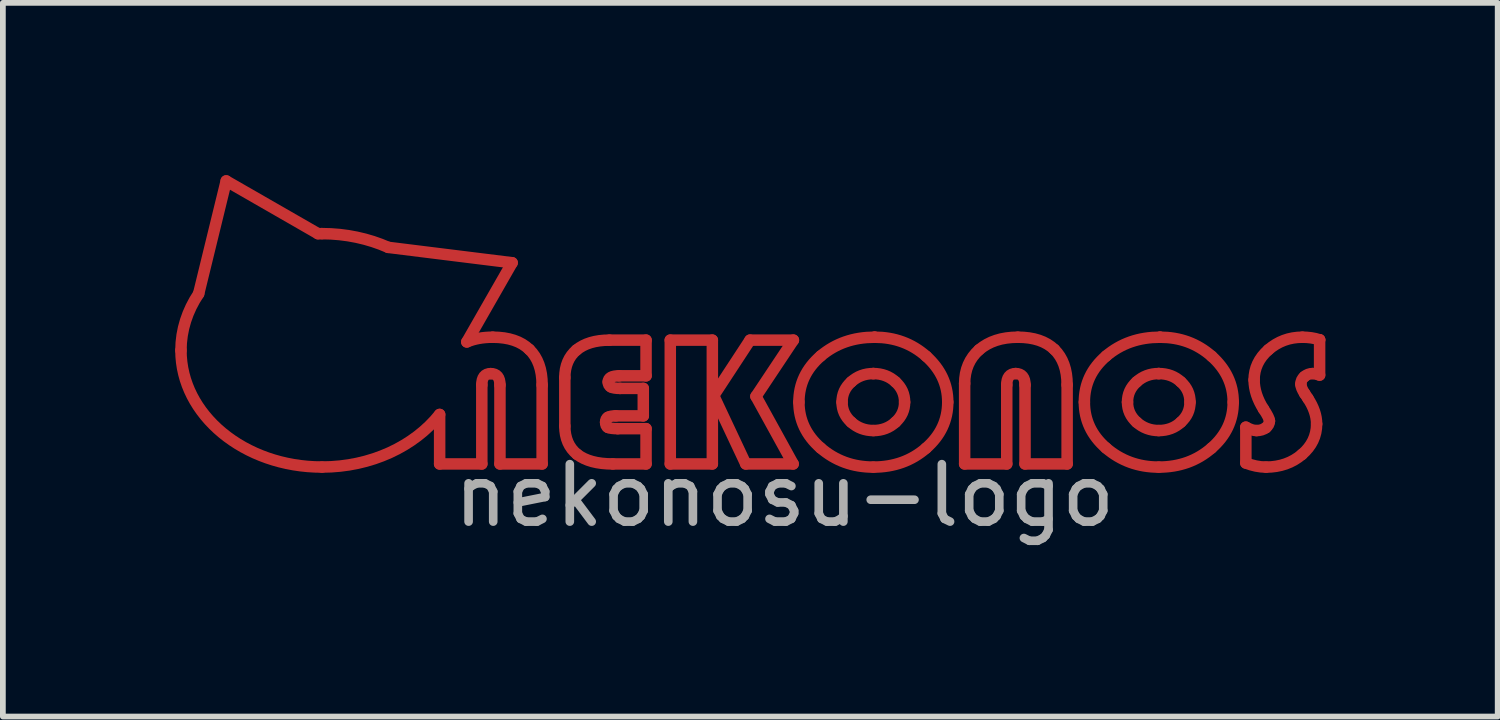
<source format=kicad_pcb>
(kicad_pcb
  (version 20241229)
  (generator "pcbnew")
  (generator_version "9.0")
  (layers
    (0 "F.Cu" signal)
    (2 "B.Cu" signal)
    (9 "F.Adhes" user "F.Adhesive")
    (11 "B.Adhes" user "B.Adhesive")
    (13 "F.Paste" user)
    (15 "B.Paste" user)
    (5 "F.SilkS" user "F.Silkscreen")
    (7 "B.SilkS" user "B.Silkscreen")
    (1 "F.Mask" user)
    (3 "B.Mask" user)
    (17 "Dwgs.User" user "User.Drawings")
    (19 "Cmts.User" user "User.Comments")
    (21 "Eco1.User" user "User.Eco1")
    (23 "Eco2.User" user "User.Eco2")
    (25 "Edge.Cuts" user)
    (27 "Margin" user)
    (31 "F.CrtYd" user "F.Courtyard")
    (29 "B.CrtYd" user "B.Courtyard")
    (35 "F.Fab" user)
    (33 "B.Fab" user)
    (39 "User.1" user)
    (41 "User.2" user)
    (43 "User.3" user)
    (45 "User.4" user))
  (footprint "nekonosu-logo"
    (layer "F.Cu")
    (at 10.607 4.305)
    (property "Reference" "nekonosu-logo" (at 0 1.27 0) (layer "F.Fab") (effects (font (size 1 1) (thickness 0.15))))
    (attr through_hole)
    (fp_line (start -10.199 -2.241) (end -9.719 -4.205) (stroke (width 0.2) (type solid)) (layer "F.Cu"))
    (fp_line (start -9.719 -4.205) (end -8.121 -3.287) (stroke (width 0.2) (type solid)) (layer "F.Cu"))
    (fp_line (start -6.899 -3.049) (end -4.742 -2.781) (stroke (width 0.2) (type solid)) (layer "F.Cu"))
    (fp_line (start -6.004 0.721) (end -6.004 -0.14) (stroke (width 0.2) (type solid)) (layer "F.Cu"))
    (fp_line (start -5.27 -0.654) (end -5.27 0.721) (stroke (width 0.2) (type solid)) (layer "F.Cu"))
    (fp_line (start -5.27 0.721) (end -6.004 0.721) (stroke (width 0.2) (type solid)) (layer "F.Cu"))
    (fp_line (start -4.954 0.721) (end -4.954 -0.654) (stroke (width 0.2) (type solid)) (layer "F.Cu"))
    (fp_line (start -4.742 -2.781) (end -5.531 -1.403) (stroke (width 0.2) (type solid)) (layer "F.Cu"))
    (fp_line (start -4.22 -0.654) (end -4.22 0.721) (stroke (width 0.2) (type solid)) (layer "F.Cu"))
    (fp_line (start -4.22 0.721) (end -4.954 0.721) (stroke (width 0.2) (type solid)) (layer "F.Cu"))
    (fp_line (start -3.825 0.062) (end -3.825 -0.781) (stroke (width 0.2) (type solid)) (layer "F.Cu"))
    (fp_line (start -3.048 -1.434) (end -2.411 -1.434) (stroke (width 0.2) (type solid)) (layer "F.Cu"))
    (fp_line (start -2.904 0.107) (end -2.411 0.107) (stroke (width 0.2) (type solid)) (layer "F.Cu"))
    (fp_line (start -2.863 -0.594) (end -2.459 -0.594) (stroke (width 0.2) (type solid)) (layer "F.Cu"))
    (fp_line (start -2.459 -0.594) (end -2.459 -0.116) (stroke (width 0.2) (type solid)) (layer "F.Cu"))
    (fp_line (start -2.459 -0.116) (end -2.937 -0.116) (stroke (width 0.2) (type solid)) (layer "F.Cu"))
    (fp_line (start -2.411 -1.434) (end -2.411 -0.813) (stroke (width 0.2) (type solid)) (layer "F.Cu"))
    (fp_line (start -2.411 -0.813) (end -2.878 -0.813) (stroke (width 0.2) (type solid)) (layer "F.Cu"))
    (fp_line (start -2.411 0.107) (end -2.411 0.721) (stroke (width 0.2) (type solid)) (layer "F.Cu"))
    (fp_line (start -2.411 0.721) (end -2.989 0.721) (stroke (width 0.2) (type solid)) (layer "F.Cu"))
    (fp_line (start -1.989 -1.434) (end -1.257 -1.434) (stroke (width 0.2) (type solid)) (layer "F.Cu"))
    (fp_line (start -1.989 0.721) (end -1.989 -1.434) (stroke (width 0.2) (type solid)) (layer "F.Cu"))
    (fp_line (start -1.257 -1.434) (end -1.257 0.721) (stroke (width 0.2) (type solid)) (layer "F.Cu"))
    (fp_line (start -1.257 0.721) (end -1.989 0.721) (stroke (width 0.2) (type solid)) (layer "F.Cu"))
    (fp_line (start -1.234 -0.468) (end -0.601 -1.434) (stroke (width 0.2) (type solid)) (layer "F.Cu"))
    (fp_line (start -0.675 0.721) (end -1.234 -0.468) (stroke (width 0.2) (type solid)) (layer "F.Cu"))
    (fp_line (start -0.601 -1.434) (end 0.154 -1.434) (stroke (width 0.2) (type solid)) (layer "F.Cu"))
    (fp_line (start -0.498 -0.455) (end 0.15 0.721) (stroke (width 0.2) (type solid)) (layer "F.Cu"))
    (fp_line (start 0.15 0.721) (end -0.675 0.721) (stroke (width 0.2) (type solid)) (layer "F.Cu"))
    (fp_line (start 0.154 -1.434) (end -0.498 -0.455) (stroke (width 0.2) (type solid)) (layer "F.Cu"))
    (fp_line (start 1.546 -0.852) (end 1.546 -0.852) (stroke (width 0.2) (type solid)) (layer "F.Cu"))
    (fp_line (start 1.568 -1.485) (end 1.568 -1.485) (stroke (width 0.2) (type solid)) (layer "F.Cu"))
    (fp_line (start 3.135 0.721) (end 3.135 -0.678) (stroke (width 0.2) (type solid)) (layer "F.Cu"))
    (fp_line (start 3.868 -0.655) (end 3.868 0.721) (stroke (width 0.2) (type solid)) (layer "F.Cu"))
    (fp_line (start 3.868 0.721) (end 3.135 0.721) (stroke (width 0.2) (type solid)) (layer "F.Cu"))
    (fp_line (start 4.186 0.721) (end 4.186 -0.655) (stroke (width 0.2) (type solid)) (layer "F.Cu"))
    (fp_line (start 4.919 -0.655) (end 4.919 0.721) (stroke (width 0.2) (type solid)) (layer "F.Cu"))
    (fp_line (start 4.919 0.721) (end 4.186 0.721) (stroke (width 0.2) (type solid)) (layer "F.Cu"))
    (fp_line (start 6.514 -0.852) (end 6.514 -0.852) (stroke (width 0.2) (type solid)) (layer "F.Cu"))
    (fp_line (start 6.536 -1.485) (end 6.536 -1.485) (stroke (width 0.2) (type solid)) (layer "F.Cu"))
    (fp_line (start 8.03 0.705) (end 8.03 0.081) (stroke (width 0.2) (type solid)) (layer "F.Cu"))
    (fp_line (start 9.055 -0.503) (end 9.111 -0.419) (stroke (width 0.2) (type solid)) (layer "F.Cu"))
    (fp_line (start 9.314 -1.44) (end 9.314 -1.44) (stroke (width 0.2) (type solid)) (layer "F.Cu"))
    (fp_line (start 9.314 -1.44) (end 9.314 -0.826) (stroke (width 0.2) (type solid)) (layer "F.Cu"))
    (fp_curve (pts (xy -10.507 -1.256) (xy -10.507 -1.613) (xy -10.395 -1.949) (xy -10.199 -2.241)) (stroke (width 0.2) (type solid)) (layer "F.Cu"))
    (fp_curve (pts (xy -8.121 -3.287) (xy -8.099 -3.287) (xy -8.076 -3.288) (xy -8.053 -3.288)) (stroke (width 0.2) (type solid)) (layer "F.Cu"))
    (fp_curve (pts (xy -8.053 -3.288) (xy -7.636 -3.288) (xy -7.243 -3.201) (xy -6.899 -3.049)) (stroke (width 0.2) (type solid)) (layer "F.Cu"))
    (fp_curve (pts (xy -8.053 0.775) (xy -9.407 0.775) (xy -10.507 -0.135) (xy -10.507 -1.256)) (stroke (width 0.2) (type solid)) (layer "F.Cu"))
    (fp_curve (pts (xy -6.004 -0.14) (xy -6.443 0.411) (xy -7.197 0.775) (xy -8.053 0.775)) (stroke (width 0.2) (type solid)) (layer "F.Cu"))
    (fp_curve (pts (xy -5.531 -1.403) (xy -5.401 -1.458) (xy -5.251 -1.485) (xy -5.08 -1.485)) (stroke (width 0.2) (type solid)) (layer "F.Cu"))
    (fp_curve (pts (xy -5.115 -0.851) (xy -5.218 -0.851) (xy -5.27 -0.786) (xy -5.27 -0.654)) (stroke (width 0.2) (type solid)) (layer "F.Cu"))
    (fp_curve (pts (xy -5.08 -1.485) (xy -4.802 -1.485) (xy -4.589 -1.414) (xy -4.442 -1.271)) (stroke (width 0.2) (type solid)) (layer "F.Cu"))
    (fp_curve (pts (xy -4.954 -0.654) (xy -4.954 -0.786) (xy -5.008 -0.851) (xy -5.115 -0.851)) (stroke (width 0.2) (type solid)) (layer "F.Cu"))
    (fp_curve (pts (xy -4.442 -1.271) (xy -4.294 -1.128) (xy -4.22 -0.922) (xy -4.22 -0.654)) (stroke (width 0.2) (type solid)) (layer "F.Cu"))
    (fp_curve (pts (xy -3.825 -0.781) (xy -3.825 -0.988) (xy -3.755 -1.149) (xy -3.622 -1.262)) (stroke (width 0.2) (type solid)) (layer "F.Cu"))
    (fp_curve (pts (xy -3.622 -1.262) (xy -3.485 -1.375) (xy -3.296 -1.434) (xy -3.048 -1.434)) (stroke (width 0.2) (type solid)) (layer "F.Cu"))
    (fp_curve (pts (xy -3.611 0.553) (xy -3.751 0.44) (xy -3.825 0.275) (xy -3.825 0.062)) (stroke (width 0.2) (type solid)) (layer "F.Cu"))
    (fp_curve (pts (xy -3.115 -0.006) (xy -3.115 0.039) (xy -3.103 0.072) (xy -3.074 0.085)) (stroke (width 0.2) (type solid)) (layer "F.Cu"))
    (fp_curve (pts (xy -3.074 -0.09) (xy -3.103 -0.074) (xy -3.115 -0.045) (xy -3.115 -0.006)) (stroke (width 0.2) (type solid)) (layer "F.Cu"))
    (fp_curve (pts (xy -3.074 0.085) (xy -3.048 0.098) (xy -2.989 0.107) (xy -2.904 0.107)) (stroke (width 0.2) (type solid)) (layer "F.Cu"))
    (fp_curve (pts (xy -3.07 -0.707) (xy -3.07 -0.665) (xy -3.055 -0.636) (xy -3.022 -0.62)) (stroke (width 0.2) (type solid)) (layer "F.Cu"))
    (fp_curve (pts (xy -3.022 -0.62) (xy -2.992 -0.603) (xy -2.941 -0.594) (xy -2.863 -0.594)) (stroke (width 0.2) (type solid)) (layer "F.Cu"))
    (fp_curve (pts (xy -2.989 0.721) (xy -3.259 0.721) (xy -3.466 0.666) (xy -3.611 0.553)) (stroke (width 0.2) (type solid)) (layer "F.Cu"))
    (fp_curve (pts (xy -2.937 -0.116) (xy -3.003 -0.116) (xy -3.048 -0.106) (xy -3.074 -0.09)) (stroke (width 0.2) (type solid)) (layer "F.Cu"))
    (fp_curve (pts (xy -2.878 -0.813) (xy -3.007 -0.813) (xy -3.07 -0.778) (xy -3.07 -0.707)) (stroke (width 0.2) (type solid)) (layer "F.Cu"))
    (fp_curve (pts (xy 0.25 -0.355) (xy 0.25 -0.671) (xy 0.376 -0.939) (xy 0.631 -1.159)) (stroke (width 0.2) (type solid)) (layer "F.Cu"))
    (fp_curve (pts (xy 0.628 0.443) (xy 0.376 0.224) (xy 0.25 -0.045) (xy 0.25 -0.355)) (stroke (width 0.2) (type solid)) (layer "F.Cu"))
    (fp_curve (pts (xy 0.631 -1.159) (xy 0.887 -1.375) (xy 1.198 -1.485) (xy 1.568 -1.485)) (stroke (width 0.2) (type solid)) (layer "F.Cu"))
    (fp_curve (pts (xy 1.001 -0.355) (xy 1.001 -0.219) (xy 1.053 -0.103) (xy 1.161 -0.006)) (stroke (width 0.2) (type solid)) (layer "F.Cu"))
    (fp_curve (pts (xy 1.161 -0.707) (xy 1.053 -0.61) (xy 1.001 -0.494) (xy 1.001 -0.355)) (stroke (width 0.2) (type solid)) (layer "F.Cu"))
    (fp_curve (pts (xy 1.161 -0.006) (xy 1.268 0.091) (xy 1.398 0.14) (xy 1.546 0.14)) (stroke (width 0.2) (type solid)) (layer "F.Cu"))
    (fp_curve (pts (xy 1.546 -0.852) (xy 1.394 -0.852) (xy 1.268 -0.804) (xy 1.161 -0.707)) (stroke (width 0.2) (type solid)) (layer "F.Cu"))
    (fp_curve (pts (xy 1.546 0.14) (xy 1.697 0.14) (xy 1.827 0.091) (xy 1.931 -0.006)) (stroke (width 0.2) (type solid)) (layer "F.Cu"))
    (fp_curve (pts (xy 1.546 0.776) (xy 1.187 0.776) (xy 0.883 0.663) (xy 0.628 0.443)) (stroke (width 0.2) (type solid)) (layer "F.Cu"))
    (fp_curve (pts (xy 1.568 -1.485) (xy 1.916 -1.485) (xy 2.216 -1.375) (xy 2.467 -1.153)) (stroke (width 0.2) (type solid)) (layer "F.Cu"))
    (fp_curve (pts (xy 1.931 -0.707) (xy 1.827 -0.804) (xy 1.697 -0.852) (xy 1.546 -0.852)) (stroke (width 0.2) (type solid)) (layer "F.Cu"))
    (fp_curve (pts (xy 1.931 -0.006) (xy 2.038 -0.103) (xy 2.09 -0.219) (xy 2.09 -0.355)) (stroke (width 0.2) (type solid)) (layer "F.Cu"))
    (fp_curve (pts (xy 2.09 -0.355) (xy 2.09 -0.494) (xy 2.038 -0.61) (xy 1.931 -0.707)) (stroke (width 0.2) (type solid)) (layer "F.Cu"))
    (fp_curve (pts (xy 2.464 0.446) (xy 2.212 0.666) (xy 1.905 0.776) (xy 1.546 0.776)) (stroke (width 0.2) (type solid)) (layer "F.Cu"))
    (fp_curve (pts (xy 2.467 -1.153) (xy 2.715 -0.93) (xy 2.841 -0.665) (xy 2.841 -0.355)) (stroke (width 0.2) (type solid)) (layer "F.Cu"))
    (fp_curve (pts (xy 2.841 -0.355) (xy 2.841 -0.041) (xy 2.715 0.227) (xy 2.464 0.446)) (stroke (width 0.2) (type solid)) (layer "F.Cu"))
    (fp_curve (pts (xy 3.135 -0.678) (xy 3.135 -0.92) (xy 3.22 -1.117) (xy 3.387 -1.266)) (stroke (width 0.2) (type solid)) (layer "F.Cu"))
    (fp_curve (pts (xy 3.387 -1.266) (xy 3.557 -1.411) (xy 3.779 -1.485) (xy 4.061 -1.485)) (stroke (width 0.2) (type solid)) (layer "F.Cu"))
    (fp_curve (pts (xy 4.024 -0.852) (xy 3.92 -0.852) (xy 3.868 -0.784) (xy 3.868 -0.655)) (stroke (width 0.2) (type solid)) (layer "F.Cu"))
    (fp_curve (pts (xy 4.061 -1.485) (xy 4.338 -1.485) (xy 4.549 -1.414) (xy 4.697 -1.272)) (stroke (width 0.2) (type solid)) (layer "F.Cu"))
    (fp_curve (pts (xy 4.186 -0.655) (xy 4.186 -0.784) (xy 4.131 -0.852) (xy 4.024 -0.852)) (stroke (width 0.2) (type solid)) (layer "F.Cu"))
    (fp_curve (pts (xy 4.697 -1.272) (xy 4.845 -1.127) (xy 4.919 -0.923) (xy 4.919 -0.655)) (stroke (width 0.2) (type solid)) (layer "F.Cu"))
    (fp_curve (pts (xy 5.219 -0.355) (xy 5.219 -0.671) (xy 5.344 -0.939) (xy 5.6 -1.159)) (stroke (width 0.2) (type solid)) (layer "F.Cu"))
    (fp_curve (pts (xy 5.596 0.443) (xy 5.344 0.224) (xy 5.219 -0.045) (xy 5.219 -0.355)) (stroke (width 0.2) (type solid)) (layer "F.Cu"))
    (fp_curve (pts (xy 5.6 -1.159) (xy 5.855 -1.375) (xy 6.166 -1.485) (xy 6.536 -1.485)) (stroke (width 0.2) (type solid)) (layer "F.Cu"))
    (fp_curve (pts (xy 5.97 -0.355) (xy 5.97 -0.219) (xy 6.022 -0.103) (xy 6.129 -0.006)) (stroke (width 0.2) (type solid)) (layer "F.Cu"))
    (fp_curve (pts (xy 6.129 -0.707) (xy 6.022 -0.61) (xy 5.97 -0.494) (xy 5.97 -0.355)) (stroke (width 0.2) (type solid)) (layer "F.Cu"))
    (fp_curve (pts (xy 6.129 -0.006) (xy 6.237 0.091) (xy 6.366 0.14) (xy 6.514 0.14)) (stroke (width 0.2) (type solid)) (layer "F.Cu"))
    (fp_curve (pts (xy 6.514 -0.852) (xy 6.362 -0.852) (xy 6.237 -0.804) (xy 6.129 -0.707)) (stroke (width 0.2) (type solid)) (layer "F.Cu"))
    (fp_curve (pts (xy 6.514 0.14) (xy 6.666 0.14) (xy 6.796 0.091) (xy 6.899 -0.006)) (stroke (width 0.2) (type solid)) (layer "F.Cu"))
    (fp_curve (pts (xy 6.514 0.776) (xy 6.155 0.776) (xy 5.852 0.663) (xy 5.596 0.443)) (stroke (width 0.2) (type solid)) (layer "F.Cu"))
    (fp_curve (pts (xy 6.536 -1.485) (xy 6.884 -1.485) (xy 7.184 -1.375) (xy 7.436 -1.153)) (stroke (width 0.2) (type solid)) (layer "F.Cu"))
    (fp_curve (pts (xy 6.899 -0.707) (xy 6.796 -0.804) (xy 6.666 -0.852) (xy 6.514 -0.852)) (stroke (width 0.2) (type solid)) (layer "F.Cu"))
    (fp_curve (pts (xy 6.899 -0.006) (xy 7.007 -0.103) (xy 7.058 -0.219) (xy 7.058 -0.355)) (stroke (width 0.2) (type solid)) (layer "F.Cu"))
    (fp_curve (pts (xy 7.058 -0.355) (xy 7.058 -0.494) (xy 7.007 -0.61) (xy 6.899 -0.707)) (stroke (width 0.2) (type solid)) (layer "F.Cu"))
    (fp_curve (pts (xy 7.432 0.446) (xy 7.18 0.666) (xy 6.873 0.776) (xy 6.514 0.776)) (stroke (width 0.2) (type solid)) (layer "F.Cu"))
    (fp_curve (pts (xy 7.436 -1.153) (xy 7.684 -0.93) (xy 7.81 -0.665) (xy 7.81 -0.355)) (stroke (width 0.2) (type solid)) (layer "F.Cu"))
    (fp_curve (pts (xy 7.81 -0.355) (xy 7.81 -0.041) (xy 7.684 0.227) (xy 7.432 0.446)) (stroke (width 0.2) (type solid)) (layer "F.Cu"))
    (fp_curve (pts (xy 8.03 0.081) (xy 8.1 0.12) (xy 8.163 0.14) (xy 8.215 0.14)) (stroke (width 0.2) (type solid)) (layer "F.Cu"))
    (fp_curve (pts (xy 8.174 -0.742) (xy 8.174 -0.943) (xy 8.256 -1.12) (xy 8.422 -1.266)) (stroke (width 0.2) (type solid)) (layer "F.Cu"))
    (fp_curve (pts (xy 8.215 0.14) (xy 8.281 0.14) (xy 8.333 0.123) (xy 8.378 0.091)) (stroke (width 0.2) (type solid)) (layer "F.Cu"))
    (fp_curve (pts (xy 8.337 -0.235) (xy 8.23 -0.403) (xy 8.174 -0.574) (xy 8.174 -0.742)) (stroke (width 0.2) (type solid)) (layer "F.Cu"))
    (fp_curve (pts (xy 8.378 0.091) (xy 8.418 0.059) (xy 8.441 0.02) (xy 8.441 -0.028)) (stroke (width 0.2) (type solid)) (layer "F.Cu"))
    (fp_curve (pts (xy 8.381 0.776) (xy 8.263 0.776) (xy 8.145 0.75) (xy 8.03 0.705)) (stroke (width 0.2) (type solid)) (layer "F.Cu"))
    (fp_curve (pts (xy 8.422 -1.266) (xy 8.589 -1.411) (xy 8.785 -1.485) (xy 9.014 -1.485)) (stroke (width 0.2) (type solid)) (layer "F.Cu"))
    (fp_curve (pts (xy 8.441 -0.028) (xy 8.441 -0.061) (xy 8.407 -0.132) (xy 8.337 -0.235)) (stroke (width 0.2) (type solid)) (layer "F.Cu"))
    (fp_curve (pts (xy 8.988 -0.668) (xy 8.988 -0.626) (xy 9.011 -0.571) (xy 9.055 -0.503)) (stroke (width 0.2) (type solid)) (layer "F.Cu"))
    (fp_curve (pts (xy 9.007 0.556) (xy 8.837 0.702) (xy 8.626 0.776) (xy 8.381 0.776)) (stroke (width 0.2) (type solid)) (layer "F.Cu"))
    (fp_curve (pts (xy 9.014 -1.485) (xy 9.118 -1.485) (xy 9.218 -1.472) (xy 9.314 -1.44)) (stroke (width 0.2) (type solid)) (layer "F.Cu"))
    (fp_curve (pts (xy 9.048 -0.797) (xy 9.007 -0.762) (xy 8.988 -0.72) (xy 8.988 -0.668)) (stroke (width 0.2) (type solid)) (layer "F.Cu"))
    (fp_curve (pts (xy 9.111 -0.419) (xy 9.211 -0.267) (xy 9.262 -0.119) (xy 9.262 0.026)) (stroke (width 0.2) (type solid)) (layer "F.Cu"))
    (fp_curve (pts (xy 9.192 -0.852) (xy 9.137 -0.852) (xy 9.088 -0.833) (xy 9.048 -0.797)) (stroke (width 0.2) (type solid)) (layer "F.Cu"))
    (fp_curve (pts (xy 9.262 0.026) (xy 9.262 0.233) (xy 9.177 0.411) (xy 9.007 0.556)) (stroke (width 0.2) (type solid)) (layer "F.Cu"))
    (fp_curve (pts (xy 9.314 -0.826) (xy 9.262 -0.842) (xy 9.218 -0.852) (xy 9.192 -0.852)) (stroke (width 0.2) (type solid)) (layer "F.Cu"))
    (fp_line (start -10.199 -2.241) (end -9.719 -4.205) (stroke (width 0.2) (type solid)) (layer "F.Mask"))
    (fp_line (start -9.719 -4.205) (end -8.121 -3.287) (stroke (width 0.2) (type solid)) (layer "F.Mask"))
    (fp_line (start -6.899 -3.049) (end -4.742 -2.781) (stroke (width 0.2) (type solid)) (layer "F.Mask"))
    (fp_line (start -6.004 0.721) (end -6.004 -0.14) (stroke (width 0.2) (type solid)) (layer "F.Mask"))
    (fp_line (start -5.27 -0.654) (end -5.27 0.721) (stroke (width 0.2) (type solid)) (layer "F.Mask"))
    (fp_line (start -5.27 0.721) (end -6.004 0.721) (stroke (width 0.2) (type solid)) (layer "F.Mask"))
    (fp_line (start -4.954 0.721) (end -4.954 -0.654) (stroke (width 0.2) (type solid)) (layer "F.Mask"))
    (fp_line (start -4.742 -2.781) (end -5.531 -1.403) (stroke (width 0.2) (type solid)) (layer "F.Mask"))
    (fp_line (start -4.22 -0.654) (end -4.22 0.721) (stroke (width 0.2) (type solid)) (layer "F.Mask"))
    (fp_line (start -4.22 0.721) (end -4.954 0.721) (stroke (width 0.2) (type solid)) (layer "F.Mask"))
    (fp_line (start -3.825 0.062) (end -3.825 -0.781) (stroke (width 0.2) (type solid)) (layer "F.Mask"))
    (fp_line (start -3.048 -1.434) (end -2.411 -1.434) (stroke (width 0.2) (type solid)) (layer "F.Mask"))
    (fp_line (start -2.904 0.107) (end -2.411 0.107) (stroke (width 0.2) (type solid)) (layer "F.Mask"))
    (fp_line (start -2.863 -0.594) (end -2.459 -0.594) (stroke (width 0.2) (type solid)) (layer "F.Mask"))
    (fp_line (start -2.459 -0.594) (end -2.459 -0.116) (stroke (width 0.2) (type solid)) (layer "F.Mask"))
    (fp_line (start -2.459 -0.116) (end -2.937 -0.116) (stroke (width 0.2) (type solid)) (layer "F.Mask"))
    (fp_line (start -2.411 -1.434) (end -2.411 -0.813) (stroke (width 0.2) (type solid)) (layer "F.Mask"))
    (fp_line (start -2.411 -0.813) (end -2.878 -0.813) (stroke (width 0.2) (type solid)) (layer "F.Mask"))
    (fp_line (start -2.411 0.107) (end -2.411 0.721) (stroke (width 0.2) (type solid)) (layer "F.Mask"))
    (fp_line (start -2.411 0.721) (end -2.989 0.721) (stroke (width 0.2) (type solid)) (layer "F.Mask"))
    (fp_line (start -1.989 -1.434) (end -1.257 -1.434) (stroke (width 0.2) (type solid)) (layer "F.Mask"))
    (fp_line (start -1.989 0.721) (end -1.989 -1.434) (stroke (width 0.2) (type solid)) (layer "F.Mask"))
    (fp_line (start -1.257 -1.434) (end -1.257 0.721) (stroke (width 0.2) (type solid)) (layer "F.Mask"))
    (fp_line (start -1.257 0.721) (end -1.989 0.721) (stroke (width 0.2) (type solid)) (layer "F.Mask"))
    (fp_line (start -1.234 -0.468) (end -0.601 -1.434) (stroke (width 0.2) (type solid)) (layer "F.Mask"))
    (fp_line (start -0.675 0.721) (end -1.234 -0.468) (stroke (width 0.2) (type solid)) (layer "F.Mask"))
    (fp_line (start -0.601 -1.434) (end 0.154 -1.434) (stroke (width 0.2) (type solid)) (layer "F.Mask"))
    (fp_line (start -0.498 -0.455) (end 0.15 0.721) (stroke (width 0.2) (type solid)) (layer "F.Mask"))
    (fp_line (start 0.15 0.721) (end -0.675 0.721) (stroke (width 0.2) (type solid)) (layer "F.Mask"))
    (fp_line (start 0.154 -1.434) (end -0.498 -0.455) (stroke (width 0.2) (type solid)) (layer "F.Mask"))
    (fp_line (start 1.546 -0.852) (end 1.546 -0.852) (stroke (width 0.2) (type solid)) (layer "F.Mask"))
    (fp_line (start 1.568 -1.485) (end 1.568 -1.485) (stroke (width 0.2) (type solid)) (layer "F.Mask"))
    (fp_line (start 3.135 0.721) (end 3.135 -0.678) (stroke (width 0.2) (type solid)) (layer "F.Mask"))
    (fp_line (start 3.868 -0.655) (end 3.868 0.721) (stroke (width 0.2) (type solid)) (layer "F.Mask"))
    (fp_line (start 3.868 0.721) (end 3.135 0.721) (stroke (width 0.2) (type solid)) (layer "F.Mask"))
    (fp_line (start 4.186 0.721) (end 4.186 -0.655) (stroke (width 0.2) (type solid)) (layer "F.Mask"))
    (fp_line (start 4.919 -0.655) (end 4.919 0.721) (stroke (width 0.2) (type solid)) (layer "F.Mask"))
    (fp_line (start 4.919 0.721) (end 4.186 0.721) (stroke (width 0.2) (type solid)) (layer "F.Mask"))
    (fp_line (start 6.514 -0.852) (end 6.514 -0.852) (stroke (width 0.2) (type solid)) (layer "F.Mask"))
    (fp_line (start 6.536 -1.485) (end 6.536 -1.485) (stroke (width 0.2) (type solid)) (layer "F.Mask"))
    (fp_line (start 8.03 0.705) (end 8.03 0.081) (stroke (width 0.2) (type solid)) (layer "F.Mask"))
    (fp_line (start 9.055 -0.503) (end 9.111 -0.419) (stroke (width 0.2) (type solid)) (layer "F.Mask"))
    (fp_line (start 9.314 -1.44) (end 9.314 -1.44) (stroke (width 0.2) (type solid)) (layer "F.Mask"))
    (fp_line (start 9.314 -1.44) (end 9.314 -0.826) (stroke (width 0.2) (type solid)) (layer "F.Mask"))
    (fp_curve (pts (xy -10.507 -1.256) (xy -10.507 -1.613) (xy -10.395 -1.949) (xy -10.199 -2.241)) (stroke (width 0.2) (type solid)) (layer "F.Mask"))
    (fp_curve (pts (xy -8.121 -3.287) (xy -8.099 -3.287) (xy -8.076 -3.288) (xy -8.053 -3.288)) (stroke (width 0.2) (type solid)) (layer "F.Mask"))
    (fp_curve (pts (xy -8.053 -3.288) (xy -7.636 -3.288) (xy -7.243 -3.201) (xy -6.899 -3.049)) (stroke (width 0.2) (type solid)) (layer "F.Mask"))
    (fp_curve (pts (xy -8.053 0.775) (xy -9.407 0.775) (xy -10.507 -0.135) (xy -10.507 -1.256)) (stroke (width 0.2) (type solid)) (layer "F.Mask"))
    (fp_curve (pts (xy -6.004 -0.14) (xy -6.443 0.411) (xy -7.197 0.775) (xy -8.053 0.775)) (stroke (width 0.2) (type solid)) (layer "F.Mask"))
    (fp_curve (pts (xy -5.531 -1.403) (xy -5.401 -1.458) (xy -5.251 -1.485) (xy -5.08 -1.485)) (stroke (width 0.2) (type solid)) (layer "F.Mask"))
    (fp_curve (pts (xy -5.115 -0.851) (xy -5.218 -0.851) (xy -5.27 -0.786) (xy -5.27 -0.654)) (stroke (width 0.2) (type solid)) (layer "F.Mask"))
    (fp_curve (pts (xy -5.08 -1.485) (xy -4.802 -1.485) (xy -4.589 -1.414) (xy -4.442 -1.271)) (stroke (width 0.2) (type solid)) (layer "F.Mask"))
    (fp_curve (pts (xy -4.954 -0.654) (xy -4.954 -0.786) (xy -5.008 -0.851) (xy -5.115 -0.851)) (stroke (width 0.2) (type solid)) (layer "F.Mask"))
    (fp_curve (pts (xy -4.442 -1.271) (xy -4.294 -1.128) (xy -4.22 -0.922) (xy -4.22 -0.654)) (stroke (width 0.2) (type solid)) (layer "F.Mask"))
    (fp_curve (pts (xy -3.825 -0.781) (xy -3.825 -0.988) (xy -3.755 -1.149) (xy -3.622 -1.262)) (stroke (width 0.2) (type solid)) (layer "F.Mask"))
    (fp_curve (pts (xy -3.622 -1.262) (xy -3.485 -1.375) (xy -3.296 -1.434) (xy -3.048 -1.434)) (stroke (width 0.2) (type solid)) (layer "F.Mask"))
    (fp_curve (pts (xy -3.611 0.553) (xy -3.751 0.44) (xy -3.825 0.275) (xy -3.825 0.062)) (stroke (width 0.2) (type solid)) (layer "F.Mask"))
    (fp_curve (pts (xy -3.115 -0.006) (xy -3.115 0.039) (xy -3.103 0.072) (xy -3.074 0.085)) (stroke (width 0.2) (type solid)) (layer "F.Mask"))
    (fp_curve (pts (xy -3.074 -0.09) (xy -3.103 -0.074) (xy -3.115 -0.045) (xy -3.115 -0.006)) (stroke (width 0.2) (type solid)) (layer "F.Mask"))
    (fp_curve (pts (xy -3.074 0.085) (xy -3.048 0.098) (xy -2.989 0.107) (xy -2.904 0.107)) (stroke (width 0.2) (type solid)) (layer "F.Mask"))
    (fp_curve (pts (xy -3.07 -0.707) (xy -3.07 -0.665) (xy -3.055 -0.636) (xy -3.022 -0.62)) (stroke (width 0.2) (type solid)) (layer "F.Mask"))
    (fp_curve (pts (xy -3.022 -0.62) (xy -2.992 -0.603) (xy -2.941 -0.594) (xy -2.863 -0.594)) (stroke (width 0.2) (type solid)) (layer "F.Mask"))
    (fp_curve (pts (xy -2.989 0.721) (xy -3.259 0.721) (xy -3.466 0.666) (xy -3.611 0.553)) (stroke (width 0.2) (type solid)) (layer "F.Mask"))
    (fp_curve (pts (xy -2.937 -0.116) (xy -3.003 -0.116) (xy -3.048 -0.106) (xy -3.074 -0.09)) (stroke (width 0.2) (type solid)) (layer "F.Mask"))
    (fp_curve (pts (xy -2.878 -0.813) (xy -3.007 -0.813) (xy -3.07 -0.778) (xy -3.07 -0.707)) (stroke (width 0.2) (type solid)) (layer "F.Mask"))
    (fp_curve (pts (xy 0.25 -0.355) (xy 0.25 -0.671) (xy 0.376 -0.939) (xy 0.631 -1.159)) (stroke (width 0.2) (type solid)) (layer "F.Mask"))
    (fp_curve (pts (xy 0.628 0.443) (xy 0.376 0.224) (xy 0.25 -0.045) (xy 0.25 -0.355)) (stroke (width 0.2) (type solid)) (layer "F.Mask"))
    (fp_curve (pts (xy 0.631 -1.159) (xy 0.887 -1.375) (xy 1.198 -1.485) (xy 1.568 -1.485)) (stroke (width 0.2) (type solid)) (layer "F.Mask"))
    (fp_curve (pts (xy 1.001 -0.355) (xy 1.001 -0.219) (xy 1.053 -0.103) (xy 1.161 -0.006)) (stroke (width 0.2) (type solid)) (layer "F.Mask"))
    (fp_curve (pts (xy 1.161 -0.707) (xy 1.053 -0.61) (xy 1.001 -0.494) (xy 1.001 -0.355)) (stroke (width 0.2) (type solid)) (layer "F.Mask"))
    (fp_curve (pts (xy 1.161 -0.006) (xy 1.268 0.091) (xy 1.398 0.14) (xy 1.546 0.14)) (stroke (width 0.2) (type solid)) (layer "F.Mask"))
    (fp_curve (pts (xy 1.546 -0.852) (xy 1.394 -0.852) (xy 1.268 -0.804) (xy 1.161 -0.707)) (stroke (width 0.2) (type solid)) (layer "F.Mask"))
    (fp_curve (pts (xy 1.546 0.14) (xy 1.697 0.14) (xy 1.827 0.091) (xy 1.931 -0.006)) (stroke (width 0.2) (type solid)) (layer "F.Mask"))
    (fp_curve (pts (xy 1.546 0.776) (xy 1.187 0.776) (xy 0.883 0.663) (xy 0.628 0.443)) (stroke (width 0.2) (type solid)) (layer "F.Mask"))
    (fp_curve (pts (xy 1.568 -1.485) (xy 1.916 -1.485) (xy 2.216 -1.375) (xy 2.467 -1.153)) (stroke (width 0.2) (type solid)) (layer "F.Mask"))
    (fp_curve (pts (xy 1.931 -0.707) (xy 1.827 -0.804) (xy 1.697 -0.852) (xy 1.546 -0.852)) (stroke (width 0.2) (type solid)) (layer "F.Mask"))
    (fp_curve (pts (xy 1.931 -0.006) (xy 2.038 -0.103) (xy 2.09 -0.219) (xy 2.09 -0.355)) (stroke (width 0.2) (type solid)) (layer "F.Mask"))
    (fp_curve (pts (xy 2.09 -0.355) (xy 2.09 -0.494) (xy 2.038 -0.61) (xy 1.931 -0.707)) (stroke (width 0.2) (type solid)) (layer "F.Mask"))
    (fp_curve (pts (xy 2.464 0.446) (xy 2.212 0.666) (xy 1.905 0.776) (xy 1.546 0.776)) (stroke (width 0.2) (type solid)) (layer "F.Mask"))
    (fp_curve (pts (xy 2.467 -1.153) (xy 2.715 -0.93) (xy 2.841 -0.665) (xy 2.841 -0.355)) (stroke (width 0.2) (type solid)) (layer "F.Mask"))
    (fp_curve (pts (xy 2.841 -0.355) (xy 2.841 -0.041) (xy 2.715 0.227) (xy 2.464 0.446)) (stroke (width 0.2) (type solid)) (layer "F.Mask"))
    (fp_curve (pts (xy 3.135 -0.678) (xy 3.135 -0.92) (xy 3.22 -1.117) (xy 3.387 -1.266)) (stroke (width 0.2) (type solid)) (layer "F.Mask"))
    (fp_curve (pts (xy 3.387 -1.266) (xy 3.557 -1.411) (xy 3.779 -1.485) (xy 4.061 -1.485)) (stroke (width 0.2) (type solid)) (layer "F.Mask"))
    (fp_curve (pts (xy 4.024 -0.852) (xy 3.92 -0.852) (xy 3.868 -0.784) (xy 3.868 -0.655)) (stroke (width 0.2) (type solid)) (layer "F.Mask"))
    (fp_curve (pts (xy 4.061 -1.485) (xy 4.338 -1.485) (xy 4.549 -1.414) (xy 4.697 -1.272)) (stroke (width 0.2) (type solid)) (layer "F.Mask"))
    (fp_curve (pts (xy 4.186 -0.655) (xy 4.186 -0.784) (xy 4.131 -0.852) (xy 4.024 -0.852)) (stroke (width 0.2) (type solid)) (layer "F.Mask"))
    (fp_curve (pts (xy 4.697 -1.272) (xy 4.845 -1.127) (xy 4.919 -0.923) (xy 4.919 -0.655)) (stroke (width 0.2) (type solid)) (layer "F.Mask"))
    (fp_curve (pts (xy 5.219 -0.355) (xy 5.219 -0.671) (xy 5.344 -0.939) (xy 5.6 -1.159)) (stroke (width 0.2) (type solid)) (layer "F.Mask"))
    (fp_curve (pts (xy 5.596 0.443) (xy 5.344 0.224) (xy 5.219 -0.045) (xy 5.219 -0.355)) (stroke (width 0.2) (type solid)) (layer "F.Mask"))
    (fp_curve (pts (xy 5.6 -1.159) (xy 5.855 -1.375) (xy 6.166 -1.485) (xy 6.536 -1.485)) (stroke (width 0.2) (type solid)) (layer "F.Mask"))
    (fp_curve (pts (xy 5.97 -0.355) (xy 5.97 -0.219) (xy 6.022 -0.103) (xy 6.129 -0.006)) (stroke (width 0.2) (type solid)) (layer "F.Mask"))
    (fp_curve (pts (xy 6.129 -0.707) (xy 6.022 -0.61) (xy 5.97 -0.494) (xy 5.97 -0.355)) (stroke (width 0.2) (type solid)) (layer "F.Mask"))
    (fp_curve (pts (xy 6.129 -0.006) (xy 6.237 0.091) (xy 6.366 0.14) (xy 6.514 0.14)) (stroke (width 0.2) (type solid)) (layer "F.Mask"))
    (fp_curve (pts (xy 6.514 -0.852) (xy 6.362 -0.852) (xy 6.237 -0.804) (xy 6.129 -0.707)) (stroke (width 0.2) (type solid)) (layer "F.Mask"))
    (fp_curve (pts (xy 6.514 0.14) (xy 6.666 0.14) (xy 6.796 0.091) (xy 6.899 -0.006)) (stroke (width 0.2) (type solid)) (layer "F.Mask"))
    (fp_curve (pts (xy 6.514 0.776) (xy 6.155 0.776) (xy 5.852 0.663) (xy 5.596 0.443)) (stroke (width 0.2) (type solid)) (layer "F.Mask"))
    (fp_curve (pts (xy 6.536 -1.485) (xy 6.884 -1.485) (xy 7.184 -1.375) (xy 7.436 -1.153)) (stroke (width 0.2) (type solid)) (layer "F.Mask"))
    (fp_curve (pts (xy 6.899 -0.707) (xy 6.796 -0.804) (xy 6.666 -0.852) (xy 6.514 -0.852)) (stroke (width 0.2) (type solid)) (layer "F.Mask"))
    (fp_curve (pts (xy 6.899 -0.006) (xy 7.007 -0.103) (xy 7.058 -0.219) (xy 7.058 -0.355)) (stroke (width 0.2) (type solid)) (layer "F.Mask"))
    (fp_curve (pts (xy 7.058 -0.355) (xy 7.058 -0.494) (xy 7.007 -0.61) (xy 6.899 -0.707)) (stroke (width 0.2) (type solid)) (layer "F.Mask"))
    (fp_curve (pts (xy 7.432 0.446) (xy 7.18 0.666) (xy 6.873 0.776) (xy 6.514 0.776)) (stroke (width 0.2) (type solid)) (layer "F.Mask"))
    (fp_curve (pts (xy 7.436 -1.153) (xy 7.684 -0.93) (xy 7.81 -0.665) (xy 7.81 -0.355)) (stroke (width 0.2) (type solid)) (layer "F.Mask"))
    (fp_curve (pts (xy 7.81 -0.355) (xy 7.81 -0.041) (xy 7.684 0.227) (xy 7.432 0.446)) (stroke (width 0.2) (type solid)) (layer "F.Mask"))
    (fp_curve (pts (xy 8.03 0.081) (xy 8.1 0.12) (xy 8.163 0.14) (xy 8.215 0.14)) (stroke (width 0.2) (type solid)) (layer "F.Mask"))
    (fp_curve (pts (xy 8.174 -0.742) (xy 8.174 -0.943) (xy 8.256 -1.12) (xy 8.422 -1.266)) (stroke (width 0.2) (type solid)) (layer "F.Mask"))
    (fp_curve (pts (xy 8.215 0.14) (xy 8.281 0.14) (xy 8.333 0.123) (xy 8.378 0.091)) (stroke (width 0.2) (type solid)) (layer "F.Mask"))
    (fp_curve (pts (xy 8.337 -0.235) (xy 8.23 -0.403) (xy 8.174 -0.574) (xy 8.174 -0.742)) (stroke (width 0.2) (type solid)) (layer "F.Mask"))
    (fp_curve (pts (xy 8.378 0.091) (xy 8.418 0.059) (xy 8.441 0.02) (xy 8.441 -0.028)) (stroke (width 0.2) (type solid)) (layer "F.Mask"))
    (fp_curve (pts (xy 8.381 0.776) (xy 8.263 0.776) (xy 8.145 0.75) (xy 8.03 0.705)) (stroke (width 0.2) (type solid)) (layer "F.Mask"))
    (fp_curve (pts (xy 8.422 -1.266) (xy 8.589 -1.411) (xy 8.785 -1.485) (xy 9.014 -1.485)) (stroke (width 0.2) (type solid)) (layer "F.Mask"))
    (fp_curve (pts (xy 8.441 -0.028) (xy 8.441 -0.061) (xy 8.407 -0.132) (xy 8.337 -0.235)) (stroke (width 0.2) (type solid)) (layer "F.Mask"))
    (fp_curve (pts (xy 8.988 -0.668) (xy 8.988 -0.626) (xy 9.011 -0.571) (xy 9.055 -0.503)) (stroke (width 0.2) (type solid)) (layer "F.Mask"))
    (fp_curve (pts (xy 9.007 0.556) (xy 8.837 0.702) (xy 8.626 0.776) (xy 8.381 0.776)) (stroke (width 0.2) (type solid)) (layer "F.Mask"))
    (fp_curve (pts (xy 9.014 -1.485) (xy 9.118 -1.485) (xy 9.218 -1.472) (xy 9.314 -1.44)) (stroke (width 0.2) (type solid)) (layer "F.Mask"))
    (fp_curve (pts (xy 9.048 -0.797) (xy 9.007 -0.762) (xy 8.988 -0.72) (xy 8.988 -0.668)) (stroke (width 0.2) (type solid)) (layer "F.Mask"))
    (fp_curve (pts (xy 9.111 -0.419) (xy 9.211 -0.267) (xy 9.262 -0.119) (xy 9.262 0.026)) (stroke (width 0.2) (type solid)) (layer "F.Mask"))
    (fp_curve (pts (xy 9.192 -0.852) (xy 9.137 -0.852) (xy 9.088 -0.833) (xy 9.048 -0.797)) (stroke (width 0.2) (type solid)) (layer "F.Mask"))
    (fp_curve (pts (xy 9.262 0.026) (xy 9.262 0.233) (xy 9.177 0.411) (xy 9.007 0.556)) (stroke (width 0.2) (type solid)) (layer "F.Mask"))
    (fp_curve (pts (xy 9.314 -0.826) (xy 9.262 -0.842) (xy 9.218 -0.852) (xy 9.192 -0.852)) (stroke (width 0.2) (type solid)) (layer "F.Mask")))
  (gr_rect
    (start -3 -3)
    (end 23.021 9.423)
    (stroke (width 0.1) (type default))
    (fill no)
    (layer "Edge.Cuts")))
</source>
